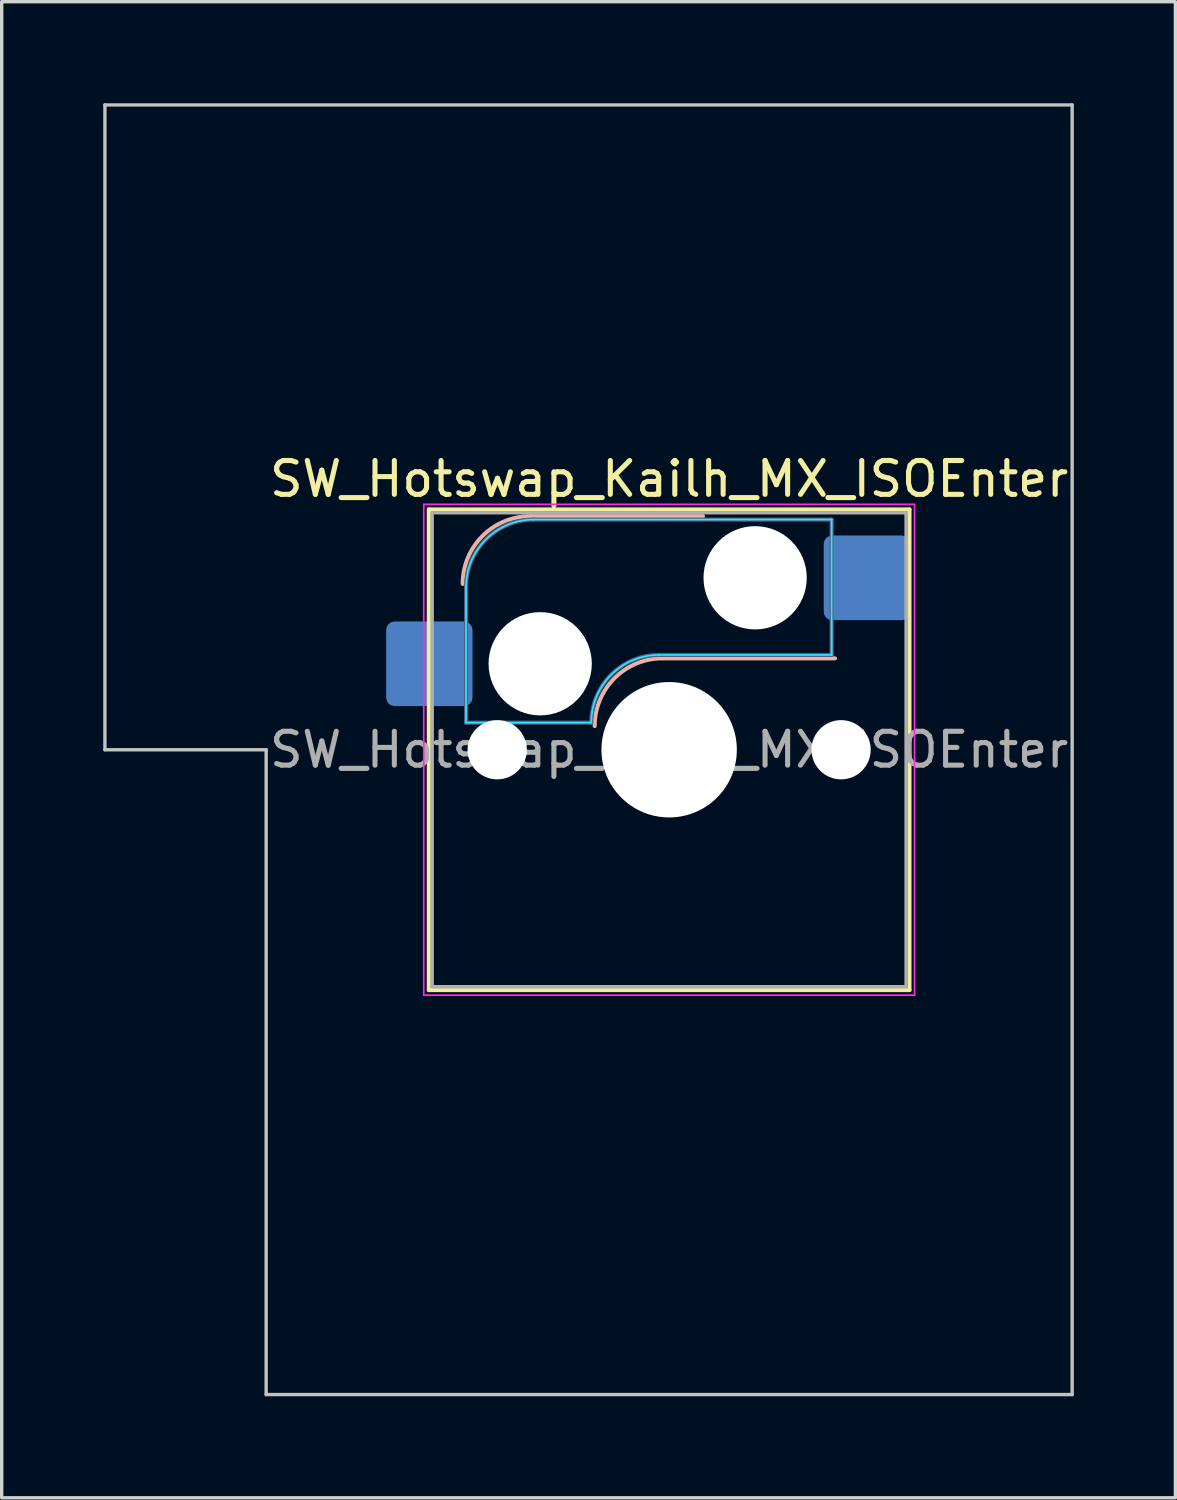
<source format=kicad_pcb>
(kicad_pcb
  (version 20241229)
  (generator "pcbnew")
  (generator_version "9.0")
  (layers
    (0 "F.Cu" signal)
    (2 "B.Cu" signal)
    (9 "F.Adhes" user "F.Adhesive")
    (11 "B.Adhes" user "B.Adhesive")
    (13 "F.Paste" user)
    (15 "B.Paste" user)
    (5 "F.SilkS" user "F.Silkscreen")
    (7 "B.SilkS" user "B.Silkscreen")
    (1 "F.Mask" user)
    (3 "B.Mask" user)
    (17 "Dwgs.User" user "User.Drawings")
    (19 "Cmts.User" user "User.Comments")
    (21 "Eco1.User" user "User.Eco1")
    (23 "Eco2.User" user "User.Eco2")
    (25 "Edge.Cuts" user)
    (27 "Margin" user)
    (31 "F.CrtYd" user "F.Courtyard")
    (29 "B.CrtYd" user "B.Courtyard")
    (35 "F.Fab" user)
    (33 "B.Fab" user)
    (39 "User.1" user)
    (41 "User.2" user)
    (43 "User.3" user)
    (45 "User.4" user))
  (footprint "SW_Hotswap_Kailh_MX_ISOEnter"
    (layer "F.Cu")
    (at 16.719 19.1)
    (property "Reference" "SW_Hotswap_Kailh_MX_ISOEnter" (at 0 -8 0) (layer "F.SilkS") (effects (font (size 1 1) (thickness 0.15))))
    (attr smd)
    (fp_line (start -7.1 -7.1) (end -7.1 7.1) (stroke (width 0.12) (type solid)) (layer "F.SilkS"))
    (fp_line (start -7.1 7.1) (end 7.1 7.1) (stroke (width 0.12) (type solid)) (layer "F.SilkS"))
    (fp_line (start 7.1 -7.1) (end -7.1 -7.1) (stroke (width 0.12) (type solid)) (layer "F.SilkS"))
    (fp_line (start 7.1 7.1) (end 7.1 -7.1) (stroke (width 0.12) (type solid)) (layer "F.SilkS"))
    (fp_line (start -4.1 -6.9) (end 1 -6.9) (stroke (width 0.12) (type solid)) (layer "B.SilkS"))
    (fp_line (start -0.2 -2.7) (end 4.9 -2.7) (stroke (width 0.12) (type solid)) (layer "B.SilkS"))
    (fp_arc (start -6.1 -4.9) (mid -5.514214 -6.314214) (end -4.1 -6.9) (stroke (width 0.12) (type solid)) (layer "B.SilkS"))
    (fp_arc (start -2.2 -0.7) (mid -1.614214 -2.114214) (end -0.2 -2.7) (stroke (width 0.12) (type solid)) (layer "B.SilkS"))
    (fp_line (start -16.669 -19.05) (end -16.669 0) (stroke (width 0.1) (type solid)) (layer "Dwgs.User"))
    (fp_line (start -16.669 0) (end -11.906 0) (stroke (width 0.1) (type solid)) (layer "Dwgs.User"))
    (fp_line (start -11.906 0) (end -11.906 19.05) (stroke (width 0.1) (type solid)) (layer "Dwgs.User"))
    (fp_line (start -11.906 19.05) (end 11.906 19.05) (stroke (width 0.1) (type solid)) (layer "Dwgs.User"))
    (fp_line (start 11.906 -19.05) (end -16.669 -19.05) (stroke (width 0.1) (type solid)) (layer "Dwgs.User"))
    (fp_line (start 11.906 19.05) (end 11.906 -19.05) (stroke (width 0.1) (type solid)) (layer "Dwgs.User"))
    (fp_line (start -7.8 -6) (end -7 -6) (stroke (width 0.1) (type solid)) (layer "Eco1.User"))
    (fp_line (start -7.8 -2.9) (end -7.8 -6) (stroke (width 0.1) (type solid)) (layer "Eco1.User"))
    (fp_line (start -7.8 2.9) (end -7 2.9) (stroke (width 0.1) (type solid)) (layer "Eco1.User"))
    (fp_line (start -7.8 6) (end -7.8 2.9) (stroke (width 0.1) (type solid)) (layer "Eco1.User"))
    (fp_line (start -7 -7) (end 7 -7) (stroke (width 0.1) (type solid)) (layer "Eco1.User"))
    (fp_line (start -7 -6) (end -7 -7) (stroke (width 0.1) (type solid)) (layer "Eco1.User"))
    (fp_line (start -7 -2.9) (end -7.8 -2.9) (stroke (width 0.1) (type solid)) (layer "Eco1.User"))
    (fp_line (start -7 2.9) (end -7 -2.9) (stroke (width 0.1) (type solid)) (layer "Eco1.User"))
    (fp_line (start -7 6) (end -7.8 6) (stroke (width 0.1) (type solid)) (layer "Eco1.User"))
    (fp_line (start -7 7) (end -7 6) (stroke (width 0.1) (type solid)) (layer "Eco1.User"))
    (fp_line (start 7 -7) (end 7 -6) (stroke (width 0.1) (type solid)) (layer "Eco1.User"))
    (fp_line (start 7 -6) (end 7.8 -6) (stroke (width 0.1) (type solid)) (layer "Eco1.User"))
    (fp_line (start 7 -2.9) (end 7 2.9) (stroke (width 0.1) (type solid)) (layer "Eco1.User"))
    (fp_line (start 7 2.9) (end 7.8 2.9) (stroke (width 0.1) (type solid)) (layer "Eco1.User"))
    (fp_line (start 7 6) (end 7 7) (stroke (width 0.1) (type solid)) (layer "Eco1.User"))
    (fp_line (start 7 7) (end -7 7) (stroke (width 0.1) (type solid)) (layer "Eco1.User"))
    (fp_line (start 7.8 -6) (end 7.8 -2.9) (stroke (width 0.1) (type solid)) (layer "Eco1.User"))
    (fp_line (start 7.8 -2.9) (end 7 -2.9) (stroke (width 0.1) (type solid)) (layer "Eco1.User"))
    (fp_line (start 7.8 2.9) (end 7.8 6) (stroke (width 0.1) (type solid)) (layer "Eco1.User"))
    (fp_line (start 7.8 6) (end 7 6) (stroke (width 0.1) (type solid)) (layer "Eco1.User"))
    (fp_line (start -6 -0.8) (end -6 -4.8) (stroke (width 0.05) (type solid)) (layer "B.CrtYd"))
    (fp_line (start -6 -0.8) (end -2.3 -0.8) (stroke (width 0.05) (type solid)) (layer "B.CrtYd"))
    (fp_line (start -4 -6.8) (end 4.8 -6.8) (stroke (width 0.05) (type solid)) (layer "B.CrtYd"))
    (fp_line (start -0.3 -2.8) (end 4.8 -2.8) (stroke (width 0.05) (type solid)) (layer "B.CrtYd"))
    (fp_line (start 4.8 -6.8) (end 4.8 -2.8) (stroke (width 0.05) (type solid)) (layer "B.CrtYd"))
    (fp_arc (start -6 -4.8) (mid -5.414214 -6.214214) (end -4 -6.8) (stroke (width 0.05) (type solid)) (layer "B.CrtYd"))
    (fp_arc (start -2.3 -0.8) (mid -1.714214 -2.214214) (end -0.3 -2.8) (stroke (width 0.05) (type solid)) (layer "B.CrtYd"))
    (fp_line (start -7.25 -7.25) (end -7.25 7.25) (stroke (width 0.05) (type solid)) (layer "F.CrtYd"))
    (fp_line (start -7.25 7.25) (end 7.25 7.25) (stroke (width 0.05) (type solid)) (layer "F.CrtYd"))
    (fp_line (start 7.25 -7.25) (end -7.25 -7.25) (stroke (width 0.05) (type solid)) (layer "F.CrtYd"))
    (fp_line (start 7.25 7.25) (end 7.25 -7.25) (stroke (width 0.05) (type solid)) (layer "F.CrtYd"))
    (fp_line (start -6 -0.8) (end -6 -4.8) (stroke (width 0.12) (type solid)) (layer "B.Fab"))
    (fp_line (start -6 -0.8) (end -2.3 -0.8) (stroke (width 0.12) (type solid)) (layer "B.Fab"))
    (fp_line (start -4 -6.8) (end 4.8 -6.8) (stroke (width 0.12) (type solid)) (layer "B.Fab"))
    (fp_line (start -0.3 -2.8) (end 4.8 -2.8) (stroke (width 0.12) (type solid)) (layer "B.Fab"))
    (fp_line (start 4.8 -6.8) (end 4.8 -2.8) (stroke (width 0.12) (type solid)) (layer "B.Fab"))
    (fp_arc (start -6 -4.8) (mid -5.414214 -6.214214) (end -4 -6.8) (stroke (width 0.12) (type solid)) (layer "B.Fab"))
    (fp_arc (start -2.3 -0.8) (mid -1.714214 -2.214214) (end -0.3 -2.8) (stroke (width 0.12) (type solid)) (layer "B.Fab"))
    (fp_line (start -7 -7) (end -7 7) (stroke (width 0.1) (type solid)) (layer "F.Fab"))
    (fp_line (start -7 7) (end 7 7) (stroke (width 0.1) (type solid)) (layer "F.Fab"))
    (fp_line (start 7 -7) (end -7 -7) (stroke (width 0.1) (type solid)) (layer "F.Fab"))
    (fp_line (start 7 7) (end 7 -7) (stroke (width 0.1) (type solid)) (layer "F.Fab"))
    (fp_text user "${REFERENCE}" (at 0 0 0) (layer "F.Fab") (effects (font (size 1 1) (thickness 0.15))))
    (pad "" np_thru_hole circle (at -5.08 0) (size 1.75 1.75) (drill 1.75) (layers "*.Cu" "*.Mask"))
    (pad "" np_thru_hole circle (at -3.81 -2.54) (size 3.05 3.05) (drill 3.05) (layers "*.Cu" "*.Mask"))
    (pad "" np_thru_hole circle (at 0 0) (size 4 4) (drill 4) (layers "*.Cu" "*.Mask"))
    (pad "" np_thru_hole circle (at 2.54 -5.08) (size 3.05 3.05) (drill 3.05) (layers "*.Cu" "*.Mask"))
    (pad "" np_thru_hole circle (at 5.08 0) (size 1.75 1.75) (drill 1.75) (layers "*.Cu" "*.Mask"))
    (pad "1" smd roundrect (at -7.085 -2.54) (size 2.55 2.5) (layers "B.Cu" "B.Mask" "B.Paste") (roundrect_rratio 0.1))
    (pad "2" smd roundrect (at 5.842 -5.08) (size 2.55 2.5) (layers "B.Cu" "B.Mask" "B.Paste") (roundrect_rratio 0.1)))
  (gr_rect
    (start -3 -3)
    (end 31.675 41.2)
    (stroke (width 0.1) (type default))
    (fill no)
    (layer "Edge.Cuts")))
</source>
